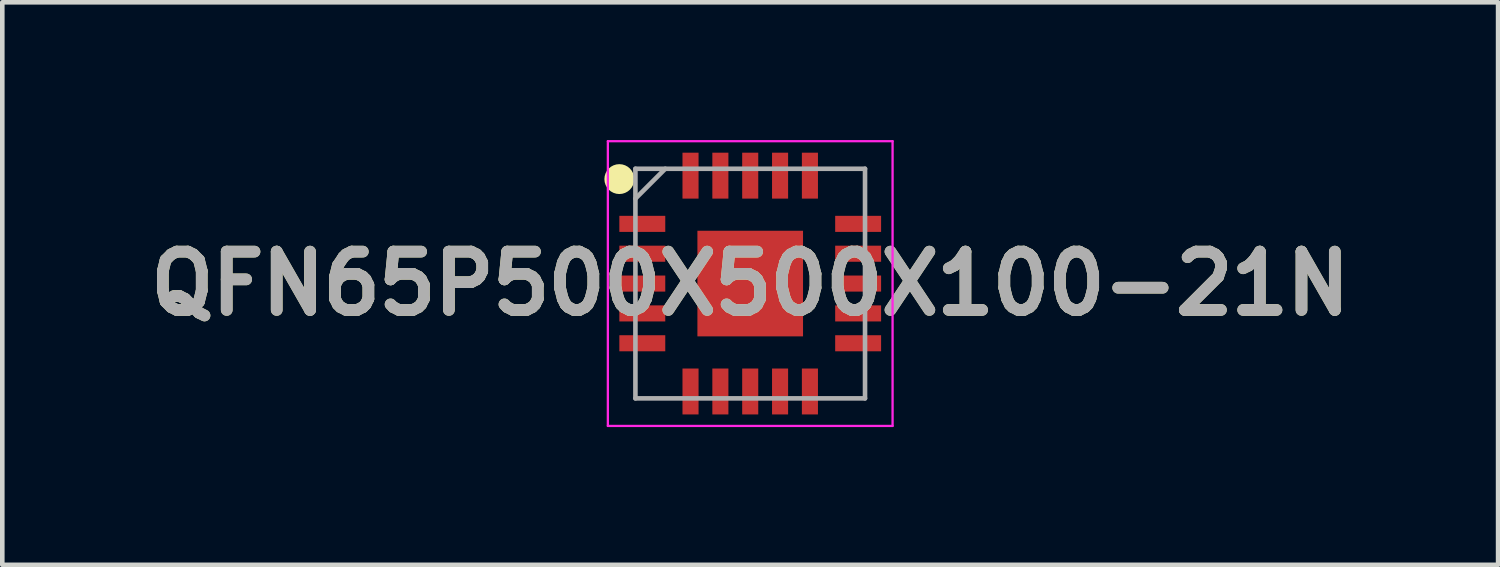
<source format=kicad_pcb>
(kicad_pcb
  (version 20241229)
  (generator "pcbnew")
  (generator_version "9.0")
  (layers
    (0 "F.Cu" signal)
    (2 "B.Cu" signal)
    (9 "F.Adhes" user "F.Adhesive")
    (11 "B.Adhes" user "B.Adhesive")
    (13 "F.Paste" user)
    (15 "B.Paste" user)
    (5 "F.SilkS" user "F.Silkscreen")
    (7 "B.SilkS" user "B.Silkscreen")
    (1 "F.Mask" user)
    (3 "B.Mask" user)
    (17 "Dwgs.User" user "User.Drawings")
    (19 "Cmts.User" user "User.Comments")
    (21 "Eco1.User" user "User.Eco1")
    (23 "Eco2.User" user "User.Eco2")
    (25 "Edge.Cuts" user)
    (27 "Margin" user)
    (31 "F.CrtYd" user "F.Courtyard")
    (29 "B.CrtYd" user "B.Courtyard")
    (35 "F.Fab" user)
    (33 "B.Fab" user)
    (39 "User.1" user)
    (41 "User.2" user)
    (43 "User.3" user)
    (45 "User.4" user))
  (footprint "QFN65P500X500X100-21N"
    (layer "F.Cu")
    (at 13.287 3.125)
    (property "Reference" "QFN65P500X500X100-21N" (at 0 0 0) (layer "F.SilkS") (effects (font (size 1.27 1.27) (thickness 0.254))))
    (attr smd)
    (fp_circle (center -2.85 -2.275) (end -2.85 -2.112) (stroke (width 0.325) (type solid)) (fill no) (layer "F.SilkS"))
    (fp_line (start -3.1 -3.1) (end 3.1 -3.1) (stroke (width 0.05) (type solid)) (layer "F.CrtYd"))
    (fp_line (start -3.1 3.1) (end -3.1 -3.1) (stroke (width 0.05) (type solid)) (layer "F.CrtYd"))
    (fp_line (start 3.1 -3.1) (end 3.1 3.1) (stroke (width 0.05) (type solid)) (layer "F.CrtYd"))
    (fp_line (start 3.1 3.1) (end -3.1 3.1) (stroke (width 0.05) (type solid)) (layer "F.CrtYd"))
    (fp_line (start -2.5 -2.5) (end 2.5 -2.5) (stroke (width 0.1) (type solid)) (layer "F.Fab"))
    (fp_line (start -2.5 -1.85) (end -1.85 -2.5) (stroke (width 0.1) (type solid)) (layer "F.Fab"))
    (fp_line (start -2.5 2.5) (end -2.5 -2.5) (stroke (width 0.1) (type solid)) (layer "F.Fab"))
    (fp_line (start 2.5 -2.5) (end 2.5 2.5) (stroke (width 0.1) (type solid)) (layer "F.Fab"))
    (fp_line (start 2.5 2.5) (end -2.5 2.5) (stroke (width 0.1) (type solid)) (layer "F.Fab"))
    (fp_text user "${REFERENCE}" (at 0 0 0) (layer "F.Fab") (effects (font (size 1.27 1.27) (thickness 0.254))))
    (pad "1" smd rect (at -2.35 -1.3 90) (size 0.35 1) (layers "F.Cu" "F.Mask" "F.Paste"))
    (pad "2" smd rect (at -2.35 -0.65 90) (size 0.35 1) (layers "F.Cu" "F.Mask" "F.Paste"))
    (pad "3" smd rect (at -2.35 0 90) (size 0.35 1) (layers "F.Cu" "F.Mask" "F.Paste"))
    (pad "4" smd rect (at -2.35 0.65 90) (size 0.35 1) (layers "F.Cu" "F.Mask" "F.Paste"))
    (pad "5" smd rect (at -2.35 1.3 90) (size 0.35 1) (layers "F.Cu" "F.Mask" "F.Paste"))
    (pad "6" smd rect (at -1.3 2.35) (size 0.35 1) (layers "F.Cu" "F.Mask" "F.Paste"))
    (pad "7" smd rect (at -0.65 2.35) (size 0.35 1) (layers "F.Cu" "F.Mask" "F.Paste"))
    (pad "8" smd rect (at 0 2.35) (size 0.35 1) (layers "F.Cu" "F.Mask" "F.Paste"))
    (pad "9" smd rect (at 0.65 2.35) (size 0.35 1) (layers "F.Cu" "F.Mask" "F.Paste"))
    (pad "10" smd rect (at 1.3 2.35) (size 0.35 1) (layers "F.Cu" "F.Mask" "F.Paste"))
    (pad "11" smd rect (at 2.35 1.3 90) (size 0.35 1) (layers "F.Cu" "F.Mask" "F.Paste"))
    (pad "12" smd rect (at 2.35 0.65 90) (size 0.35 1) (layers "F.Cu" "F.Mask" "F.Paste"))
    (pad "13" smd rect (at 2.35 0 90) (size 0.35 1) (layers "F.Cu" "F.Mask" "F.Paste"))
    (pad "14" smd rect (at 2.35 -0.65 90) (size 0.35 1) (layers "F.Cu" "F.Mask" "F.Paste"))
    (pad "15" smd rect (at 2.35 -1.3 90) (size 0.35 1) (layers "F.Cu" "F.Mask" "F.Paste"))
    (pad "16" smd rect (at 1.3 -2.35) (size 0.35 1) (layers "F.Cu" "F.Mask" "F.Paste"))
    (pad "17" smd rect (at 0.65 -2.35) (size 0.35 1) (layers "F.Cu" "F.Mask" "F.Paste"))
    (pad "18" smd rect (at 0 -2.35) (size 0.35 1) (layers "F.Cu" "F.Mask" "F.Paste"))
    (pad "19" smd rect (at -0.65 -2.35) (size 0.35 1) (layers "F.Cu" "F.Mask" "F.Paste"))
    (pad "20" smd rect (at -1.3 -2.35) (size 0.35 1) (layers "F.Cu" "F.Mask" "F.Paste"))
    (pad "21" smd rect (at 0 0) (size 2.3 2.3) (layers "F.Cu" "F.Mask" "F.Paste")))
  (gr_rect
    (start -3 -3)
    (end 29.573 9.25)
    (stroke (width 0.1) (type default))
    (fill no)
    (layer "Edge.Cuts")))
</source>
